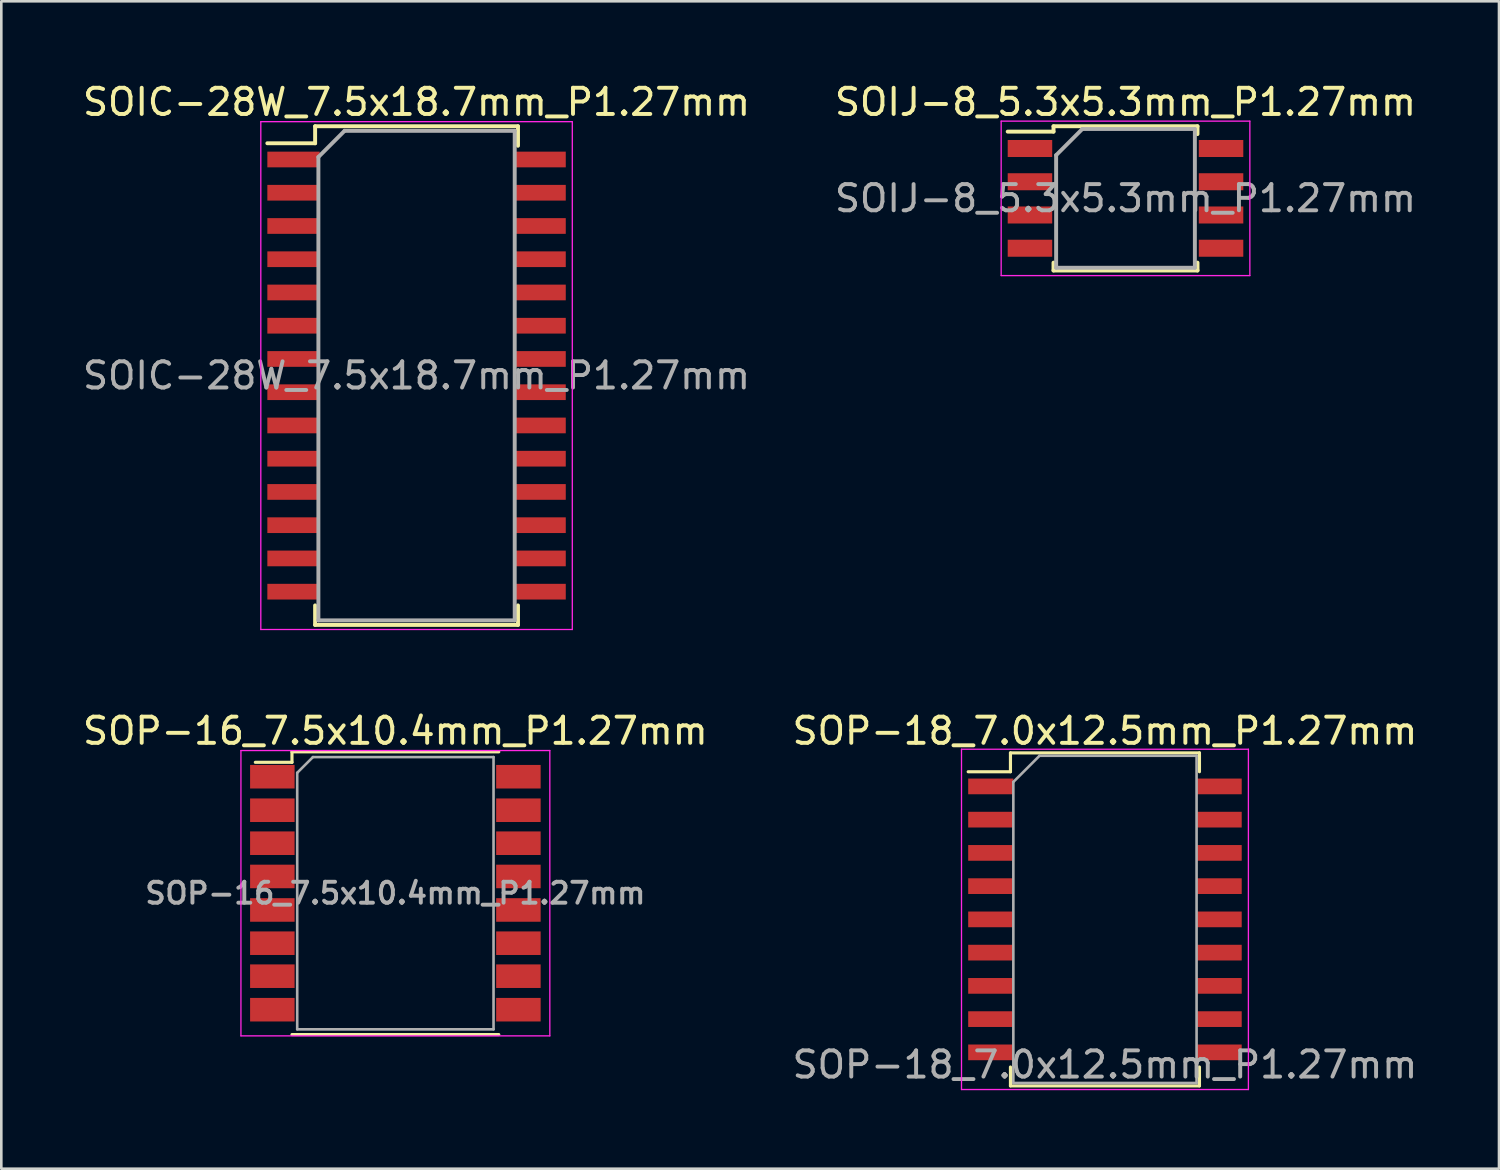
<source format=kicad_pcb>
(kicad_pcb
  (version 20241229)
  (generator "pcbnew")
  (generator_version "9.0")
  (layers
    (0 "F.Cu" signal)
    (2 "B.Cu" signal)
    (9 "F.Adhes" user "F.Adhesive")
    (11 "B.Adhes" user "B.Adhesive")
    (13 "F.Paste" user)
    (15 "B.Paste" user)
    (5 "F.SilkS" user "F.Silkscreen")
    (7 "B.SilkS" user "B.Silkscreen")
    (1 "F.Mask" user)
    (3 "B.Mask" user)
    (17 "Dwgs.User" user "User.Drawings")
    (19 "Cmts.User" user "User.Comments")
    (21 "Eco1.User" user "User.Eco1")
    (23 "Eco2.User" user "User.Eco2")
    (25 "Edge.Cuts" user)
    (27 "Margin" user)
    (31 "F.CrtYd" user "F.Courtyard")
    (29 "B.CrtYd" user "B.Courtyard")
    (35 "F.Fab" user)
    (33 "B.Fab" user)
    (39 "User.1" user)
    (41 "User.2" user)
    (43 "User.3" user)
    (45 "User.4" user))
  (footprint "SOP-18_7.0x12.5mm_P1.27mm"
    (layer "F.Cu")
    (at 39.161 32.072)
    (property "Reference" "SOP-18_7.0x12.5mm_P1.27mm" (at 0 -7.2 0) (layer "F.SilkS") (effects (font (size 1 1) (thickness 0.15))))
    (attr smd)
    (fp_line (start -5.225 -5.64) (end -3.61 -5.64) (stroke (width 0.12) (type solid)) (layer "F.SilkS"))
    (fp_line (start -3.61 -6.36) (end 3.61 -6.36) (stroke (width 0.12) (type solid)) (layer "F.SilkS"))
    (fp_line (start -3.61 -5.64) (end -3.61 -6.36) (stroke (width 0.12) (type solid)) (layer "F.SilkS"))
    (fp_line (start -3.61 5.64) (end -3.61 6.36) (stroke (width 0.12) (type solid)) (layer "F.SilkS"))
    (fp_line (start -3.61 6.36) (end 3.61 6.36) (stroke (width 0.12) (type solid)) (layer "F.SilkS"))
    (fp_line (start 3.61 -6.36) (end 3.61 -5.64) (stroke (width 0.12) (type solid)) (layer "F.SilkS"))
    (fp_line (start 3.61 6.36) (end 3.61 5.64) (stroke (width 0.12) (type solid)) (layer "F.SilkS"))
    (fp_line (start -5.48 -6.5) (end 5.48 -6.5) (stroke (width 0.05) (type solid)) (layer "F.CrtYd"))
    (fp_line (start -5.48 6.5) (end -5.48 -6.5) (stroke (width 0.05) (type solid)) (layer "F.CrtYd"))
    (fp_line (start 5.48 -6.5) (end 5.48 6.5) (stroke (width 0.05) (type solid)) (layer "F.CrtYd"))
    (fp_line (start 5.48 6.5) (end -5.48 6.5) (stroke (width 0.05) (type solid)) (layer "F.CrtYd"))
    (fp_line (start -3.5 -5.25) (end -2.5 -6.25) (stroke (width 0.1) (type solid)) (layer "F.Fab"))
    (fp_line (start -3.5 6.25) (end -3.5 -5.25) (stroke (width 0.1) (type solid)) (layer "F.Fab"))
    (fp_line (start -2.5 -6.25) (end 3.5 -6.25) (stroke (width 0.1) (type solid)) (layer "F.Fab"))
    (fp_line (start 3.5 -6.25) (end 3.5 6.25) (stroke (width 0.1) (type solid)) (layer "F.Fab"))
    (fp_line (start 3.5 6.25) (end -3.5 6.25) (stroke (width 0.1) (type solid)) (layer "F.Fab"))
    (fp_text user "${REFERENCE}" (at 0 5.55 0) (layer "F.Fab") (effects (font (size 1 1) (thickness 0.15))))
    (pad "1" smd rect (at -4.362 -5.08) (size 1.725 0.6) (layers "F.Cu" "F.Mask" "F.Paste"))
    (pad "2" smd rect (at -4.362 -3.81) (size 1.725 0.6) (layers "F.Cu" "F.Mask" "F.Paste"))
    (pad "3" smd rect (at -4.362 -2.54) (size 1.725 0.6) (layers "F.Cu" "F.Mask" "F.Paste"))
    (pad "4" smd rect (at -4.362 -1.27) (size 1.725 0.6) (layers "F.Cu" "F.Mask" "F.Paste"))
    (pad "5" smd rect (at -4.362 0) (size 1.725 0.6) (layers "F.Cu" "F.Mask" "F.Paste"))
    (pad "6" smd rect (at -4.362 1.27) (size 1.725 0.6) (layers "F.Cu" "F.Mask" "F.Paste"))
    (pad "7" smd rect (at -4.362 2.54) (size 1.725 0.6) (layers "F.Cu" "F.Mask" "F.Paste"))
    (pad "8" smd rect (at -4.362 3.81) (size 1.725 0.6) (layers "F.Cu" "F.Mask" "F.Paste"))
    (pad "9" smd rect (at -4.362 5.08) (size 1.725 0.6) (layers "F.Cu" "F.Mask" "F.Paste"))
    (pad "10" smd rect (at 4.362 5.08) (size 1.725 0.6) (layers "F.Cu" "F.Mask" "F.Paste"))
    (pad "11" smd rect (at 4.362 3.81) (size 1.725 0.6) (layers "F.Cu" "F.Mask" "F.Paste"))
    (pad "12" smd rect (at 4.362 2.54) (size 1.725 0.6) (layers "F.Cu" "F.Mask" "F.Paste"))
    (pad "13" smd rect (at 4.362 1.27) (size 1.725 0.6) (layers "F.Cu" "F.Mask" "F.Paste"))
    (pad "14" smd rect (at 4.362 0) (size 1.725 0.6) (layers "F.Cu" "F.Mask" "F.Paste"))
    (pad "15" smd rect (at 4.362 -1.27) (size 1.725 0.6) (layers "F.Cu" "F.Mask" "F.Paste"))
    (pad "16" smd rect (at 4.362 -2.54) (size 1.725 0.6) (layers "F.Cu" "F.Mask" "F.Paste"))
    (pad "17" smd rect (at 4.362 -3.81) (size 1.725 0.6) (layers "F.Cu" "F.Mask" "F.Paste"))
    (pad "18" smd rect (at 4.362 -5.08) (size 1.725 0.6) (layers "F.Cu" "F.Mask" "F.Paste")))
  (footprint "SOP-16_7.5x10.4mm_P1.27mm"
    (layer "F.Cu")
    (at 12.054 31.072)
    (property "Reference" "SOP-16_7.5x10.4mm_P1.27mm" (at 0 -6.2 0) (layer "F.SilkS") (effects (font (size 1 1) (thickness 0.15))))
    (attr smd)
    (fp_line (start -3.95 -5.4) (end -3.95 -5) (stroke (width 0.12) (type solid)) (layer "F.SilkS"))
    (fp_line (start -3.95 -5.4) (end 3.95 -5.4) (stroke (width 0.12) (type solid)) (layer "F.SilkS"))
    (fp_line (start -3.95 -5) (end -5.35 -5) (stroke (width 0.12) (type solid)) (layer "F.SilkS"))
    (fp_line (start -3.95 5.4) (end 3.95 5.4) (stroke (width 0.12) (type solid)) (layer "F.SilkS"))
    (fp_line (start -5.9 -5.45) (end -5.9 5.45) (stroke (width 0.05) (type solid)) (layer "F.CrtYd"))
    (fp_line (start -5.9 -5.45) (end 5.9 -5.45) (stroke (width 0.05) (type solid)) (layer "F.CrtYd"))
    (fp_line (start 5.9 5.45) (end -5.9 5.45) (stroke (width 0.05) (type solid)) (layer "F.CrtYd"))
    (fp_line (start 5.9 5.45) (end 5.9 -5.45) (stroke (width 0.05) (type solid)) (layer "F.CrtYd"))
    (fp_line (start -3.75 -4.6) (end -3.15 -5.2) (stroke (width 0.1) (type solid)) (layer "F.Fab"))
    (fp_line (start -3.75 5.2) (end -3.75 -4.6) (stroke (width 0.1) (type solid)) (layer "F.Fab"))
    (fp_line (start -3.15 -5.2) (end 3.75 -5.2) (stroke (width 0.1) (type solid)) (layer "F.Fab"))
    (fp_line (start 3.75 -5.2) (end 3.75 5.2) (stroke (width 0.1) (type solid)) (layer "F.Fab"))
    (fp_line (start 3.75 5.2) (end -3.75 5.2) (stroke (width 0.1) (type solid)) (layer "F.Fab"))
    (fp_text user "${REFERENCE}" (at 0 0 0) (layer "F.Fab") (effects (font (size 0.8 0.8) (thickness 0.15))))
    (pad "1" smd rect (at -4.7 -4.45) (size 1.7 0.9) (layers "F.Cu" "F.Mask" "F.Paste"))
    (pad "2" smd rect (at -4.7 -3.17) (size 1.7 0.9) (layers "F.Cu" "F.Mask" "F.Paste"))
    (pad "3" smd rect (at -4.7 -1.91) (size 1.7 0.9) (layers "F.Cu" "F.Mask" "F.Paste"))
    (pad "4" smd rect (at -4.7 -0.64) (size 1.7 0.9) (layers "F.Cu" "F.Mask" "F.Paste"))
    (pad "5" smd rect (at -4.7 0.64) (size 1.7 0.9) (layers "F.Cu" "F.Mask" "F.Paste"))
    (pad "6" smd rect (at -4.7 1.91) (size 1.7 0.9) (layers "F.Cu" "F.Mask" "F.Paste"))
    (pad "7" smd rect (at -4.7 3.17) (size 1.7 0.9) (layers "F.Cu" "F.Mask" "F.Paste"))
    (pad "8" smd rect (at -4.7 4.45) (size 1.7 0.9) (layers "F.Cu" "F.Mask" "F.Paste"))
    (pad "9" smd rect (at 4.7 4.45) (size 1.7 0.9) (layers "F.Cu" "F.Mask" "F.Paste"))
    (pad "10" smd rect (at 4.7 3.17) (size 1.7 0.9) (layers "F.Cu" "F.Mask" "F.Paste"))
    (pad "11" smd rect (at 4.7 1.91) (size 1.7 0.9) (layers "F.Cu" "F.Mask" "F.Paste"))
    (pad "12" smd rect (at 4.7 0.64) (size 1.7 0.9) (layers "F.Cu" "F.Mask" "F.Paste"))
    (pad "13" smd rect (at 4.7 -0.64) (size 1.7 0.9) (layers "F.Cu" "F.Mask" "F.Paste"))
    (pad "14" smd rect (at 4.7 -1.91) (size 1.7 0.9) (layers "F.Cu" "F.Mask" "F.Paste"))
    (pad "15" smd rect (at 4.7 -3.17) (size 1.7 0.9) (layers "F.Cu" "F.Mask" "F.Paste"))
    (pad "16" smd rect (at 4.7 -4.45) (size 1.7 0.9) (layers "F.Cu" "F.Mask" "F.Paste")))
  (footprint "SOIC-28W_7.5x18.7mm_P1.27mm"
    (layer "F.Cu")
    (at 12.863 11.298)
    (property "Reference" "SOIC-28W_7.5x18.7mm_P1.27mm" (at 0 -10.45 0) (layer "F.SilkS") (effects (font (size 1 1) (thickness 0.15))))
    (attr smd)
    (fp_line (start -3.875 -9.525) (end -3.875 -8.875) (stroke (width 0.15) (type solid)) (layer "F.SilkS"))
    (fp_line (start -3.875 -9.525) (end 3.875 -9.525) (stroke (width 0.15) (type solid)) (layer "F.SilkS"))
    (fp_line (start -3.875 -8.875) (end -5.7 -8.875) (stroke (width 0.15) (type solid)) (layer "F.SilkS"))
    (fp_line (start -3.875 9.525) (end -3.875 8.78) (stroke (width 0.15) (type solid)) (layer "F.SilkS"))
    (fp_line (start -3.875 9.525) (end 3.875 9.525) (stroke (width 0.15) (type solid)) (layer "F.SilkS"))
    (fp_line (start 3.875 -9.525) (end 3.875 -8.78) (stroke (width 0.15) (type solid)) (layer "F.SilkS"))
    (fp_line (start 3.875 9.525) (end 3.875 8.78) (stroke (width 0.15) (type solid)) (layer "F.SilkS"))
    (fp_line (start -5.95 -9.7) (end -5.95 9.7) (stroke (width 0.05) (type solid)) (layer "F.CrtYd"))
    (fp_line (start -5.95 -9.7) (end 5.95 -9.7) (stroke (width 0.05) (type solid)) (layer "F.CrtYd"))
    (fp_line (start -5.95 9.7) (end 5.95 9.7) (stroke (width 0.05) (type solid)) (layer "F.CrtYd"))
    (fp_line (start 5.95 -9.7) (end 5.95 9.7) (stroke (width 0.05) (type solid)) (layer "F.CrtYd"))
    (fp_line (start -3.75 -8.35) (end -2.75 -9.35) (stroke (width 0.15) (type solid)) (layer "F.Fab"))
    (fp_line (start -3.75 9.35) (end -3.75 -8.35) (stroke (width 0.15) (type solid)) (layer "F.Fab"))
    (fp_line (start -2.75 -9.35) (end 3.75 -9.35) (stroke (width 0.15) (type solid)) (layer "F.Fab"))
    (fp_line (start 3.75 -9.35) (end 3.75 9.35) (stroke (width 0.15) (type solid)) (layer "F.Fab"))
    (fp_line (start 3.75 9.35) (end -3.75 9.35) (stroke (width 0.15) (type solid)) (layer "F.Fab"))
    (fp_text user "${REFERENCE}" (at 0 0 0) (layer "F.Fab") (effects (font (size 1 1) (thickness 0.15))))
    (pad "1" smd rect (at -4.7 -8.255) (size 2 0.6) (layers "F.Cu" "F.Mask" "F.Paste"))
    (pad "2" smd rect (at -4.7 -6.985) (size 2 0.6) (layers "F.Cu" "F.Mask" "F.Paste"))
    (pad "3" smd rect (at -4.7 -5.715) (size 2 0.6) (layers "F.Cu" "F.Mask" "F.Paste"))
    (pad "4" smd rect (at -4.7 -4.445) (size 2 0.6) (layers "F.Cu" "F.Mask" "F.Paste"))
    (pad "5" smd rect (at -4.7 -3.175) (size 2 0.6) (layers "F.Cu" "F.Mask" "F.Paste"))
    (pad "6" smd rect (at -4.7 -1.905) (size 2 0.6) (layers "F.Cu" "F.Mask" "F.Paste"))
    (pad "7" smd rect (at -4.7 -0.635) (size 2 0.6) (layers "F.Cu" "F.Mask" "F.Paste"))
    (pad "8" smd rect (at -4.7 0.635) (size 2 0.6) (layers "F.Cu" "F.Mask" "F.Paste"))
    (pad "9" smd rect (at -4.7 1.905) (size 2 0.6) (layers "F.Cu" "F.Mask" "F.Paste"))
    (pad "10" smd rect (at -4.7 3.175) (size 2 0.6) (layers "F.Cu" "F.Mask" "F.Paste"))
    (pad "11" smd rect (at -4.7 4.445) (size 2 0.6) (layers "F.Cu" "F.Mask" "F.Paste"))
    (pad "12" smd rect (at -4.7 5.715) (size 2 0.6) (layers "F.Cu" "F.Mask" "F.Paste"))
    (pad "13" smd rect (at -4.7 6.985) (size 2 0.6) (layers "F.Cu" "F.Mask" "F.Paste"))
    (pad "14" smd rect (at -4.7 8.255) (size 2 0.6) (layers "F.Cu" "F.Mask" "F.Paste"))
    (pad "15" smd rect (at 4.7 8.255) (size 2 0.6) (layers "F.Cu" "F.Mask" "F.Paste"))
    (pad "16" smd rect (at 4.7 6.985) (size 2 0.6) (layers "F.Cu" "F.Mask" "F.Paste"))
    (pad "17" smd rect (at 4.7 5.715) (size 2 0.6) (layers "F.Cu" "F.Mask" "F.Paste"))
    (pad "18" smd rect (at 4.7 4.445) (size 2 0.6) (layers "F.Cu" "F.Mask" "F.Paste"))
    (pad "19" smd rect (at 4.7 3.175) (size 2 0.6) (layers "F.Cu" "F.Mask" "F.Paste"))
    (pad "20" smd rect (at 4.7 1.905) (size 2 0.6) (layers "F.Cu" "F.Mask" "F.Paste"))
    (pad "21" smd rect (at 4.7 0.635) (size 2 0.6) (layers "F.Cu" "F.Mask" "F.Paste"))
    (pad "22" smd rect (at 4.7 -0.635) (size 2 0.6) (layers "F.Cu" "F.Mask" "F.Paste"))
    (pad "23" smd rect (at 4.7 -1.905) (size 2 0.6) (layers "F.Cu" "F.Mask" "F.Paste"))
    (pad "24" smd rect (at 4.7 -3.175) (size 2 0.6) (layers "F.Cu" "F.Mask" "F.Paste"))
    (pad "25" smd rect (at 4.7 -4.445) (size 2 0.6) (layers "F.Cu" "F.Mask" "F.Paste"))
    (pad "26" smd rect (at 4.7 -5.715) (size 2 0.6) (layers "F.Cu" "F.Mask" "F.Paste"))
    (pad "27" smd rect (at 4.7 -6.985) (size 2 0.6) (layers "F.Cu" "F.Mask" "F.Paste"))
    (pad "28" smd rect (at 4.7 -8.255) (size 2 0.6) (layers "F.Cu" "F.Mask" "F.Paste")))
  (footprint "SOIJ-8_5.3x5.3mm_P1.27mm"
    (layer "F.Cu")
    (at 39.946 4.528)
    (property "Reference" "SOIJ-8_5.3x5.3mm_P1.27mm" (at 0 -3.68 0) (layer "F.SilkS") (effects (font (size 1 1) (thickness 0.15))))
    (attr smd)
    (fp_line (start -2.75 -2.755) (end -2.75 -2.55) (stroke (width 0.15) (type solid)) (layer "F.SilkS"))
    (fp_line (start -2.75 -2.755) (end 2.75 -2.755) (stroke (width 0.15) (type solid)) (layer "F.SilkS"))
    (fp_line (start -2.75 -2.55) (end -4.5 -2.55) (stroke (width 0.15) (type solid)) (layer "F.SilkS"))
    (fp_line (start -2.75 2.755) (end -2.75 2.455) (stroke (width 0.15) (type solid)) (layer "F.SilkS"))
    (fp_line (start -2.75 2.755) (end 2.75 2.755) (stroke (width 0.15) (type solid)) (layer "F.SilkS"))
    (fp_line (start 2.75 -2.755) (end 2.75 -2.455) (stroke (width 0.15) (type solid)) (layer "F.SilkS"))
    (fp_line (start 2.75 2.755) (end 2.75 2.455) (stroke (width 0.15) (type solid)) (layer "F.SilkS"))
    (fp_line (start -4.75 -2.95) (end -4.75 2.95) (stroke (width 0.05) (type solid)) (layer "F.CrtYd"))
    (fp_line (start -4.75 -2.95) (end 4.75 -2.95) (stroke (width 0.05) (type solid)) (layer "F.CrtYd"))
    (fp_line (start -4.75 2.95) (end 4.75 2.95) (stroke (width 0.05) (type solid)) (layer "F.CrtYd"))
    (fp_line (start 4.75 -2.95) (end 4.75 2.95) (stroke (width 0.05) (type solid)) (layer "F.CrtYd"))
    (fp_line (start -2.65 -1.65) (end -1.65 -2.65) (stroke (width 0.15) (type solid)) (layer "F.Fab"))
    (fp_line (start -2.65 2.65) (end -2.65 -1.65) (stroke (width 0.15) (type solid)) (layer "F.Fab"))
    (fp_line (start -1.65 -2.65) (end 2.65 -2.65) (stroke (width 0.15) (type solid)) (layer "F.Fab"))
    (fp_line (start 2.65 -2.65) (end 2.65 2.65) (stroke (width 0.15) (type solid)) (layer "F.Fab"))
    (fp_line (start 2.65 2.65) (end -2.65 2.65) (stroke (width 0.15) (type solid)) (layer "F.Fab"))
    (fp_text user "${REFERENCE}" (at 0 0 0) (layer "F.Fab") (effects (font (size 1 1) (thickness 0.15))))
    (pad "1" smd rect (at -3.65 -1.905) (size 1.7 0.65) (layers "F.Cu" "F.Mask" "F.Paste"))
    (pad "2" smd rect (at -3.65 -0.635) (size 1.7 0.65) (layers "F.Cu" "F.Mask" "F.Paste"))
    (pad "3" smd rect (at -3.65 0.635) (size 1.7 0.65) (layers "F.Cu" "F.Mask" "F.Paste"))
    (pad "4" smd rect (at -3.65 1.905) (size 1.7 0.65) (layers "F.Cu" "F.Mask" "F.Paste"))
    (pad "5" smd rect (at 3.65 1.905) (size 1.7 0.65) (layers "F.Cu" "F.Mask" "F.Paste"))
    (pad "6" smd rect (at 3.65 0.635) (size 1.7 0.65) (layers "F.Cu" "F.Mask" "F.Paste"))
    (pad "7" smd rect (at 3.65 -0.635) (size 1.7 0.65) (layers "F.Cu" "F.Mask" "F.Paste"))
    (pad "8" smd rect (at 3.65 -1.905) (size 1.7 0.65) (layers "F.Cu" "F.Mask" "F.Paste")))
  (gr_rect
    (start -3 -3)
    (end 54.214 41.596)
    (stroke (width 0.1) (type default))
    (fill no)
    (layer "Edge.Cuts")))
</source>
